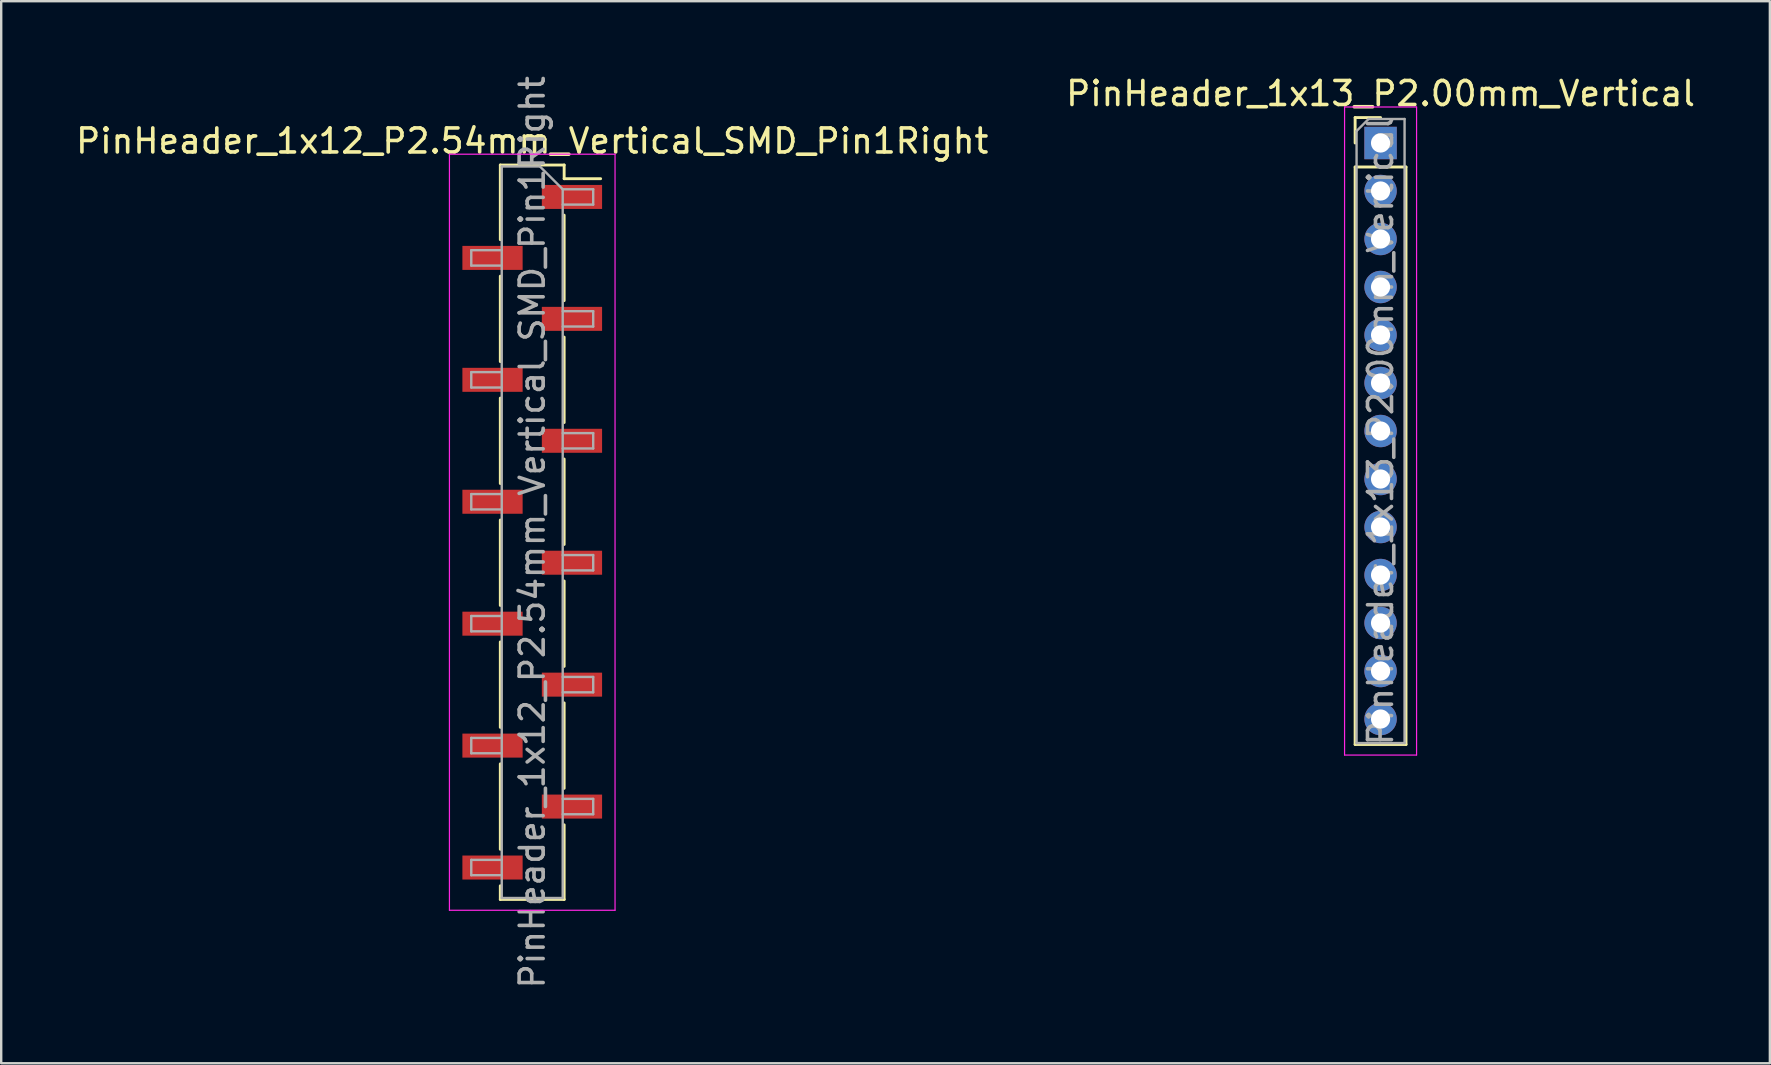
<source format=kicad_pcb>
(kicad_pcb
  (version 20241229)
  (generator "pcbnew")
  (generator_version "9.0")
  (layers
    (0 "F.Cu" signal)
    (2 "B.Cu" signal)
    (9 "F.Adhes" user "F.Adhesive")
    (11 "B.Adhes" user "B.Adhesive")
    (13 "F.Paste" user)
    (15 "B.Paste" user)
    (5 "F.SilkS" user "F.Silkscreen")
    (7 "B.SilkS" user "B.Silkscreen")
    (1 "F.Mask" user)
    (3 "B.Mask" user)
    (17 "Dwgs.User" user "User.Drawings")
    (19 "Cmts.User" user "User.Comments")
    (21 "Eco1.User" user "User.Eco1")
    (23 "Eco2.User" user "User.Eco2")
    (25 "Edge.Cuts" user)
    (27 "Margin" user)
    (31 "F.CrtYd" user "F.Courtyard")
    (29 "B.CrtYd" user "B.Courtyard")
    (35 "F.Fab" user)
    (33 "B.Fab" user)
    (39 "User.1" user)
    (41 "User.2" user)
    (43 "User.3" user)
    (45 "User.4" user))
  (footprint "PinHeader_1x12_P2.54mm_Vertical_SMD_Pin1Right"
    (layer "F.Cu")
    (at 19.125 19.125)
    (property "Reference" "PinHeader_1x12_P2.54mm_Vertical_SMD_Pin1Right" (at 0 -16.3 0) (layer "F.SilkS") (effects (font (size 1 1) (thickness 0.15))))
    (attr smd)
    (fp_line (start -1.33 -15.3) (end -1.33 -12.19) (stroke (width 0.12) (type solid)) (layer "F.SilkS"))
    (fp_line (start -1.33 -15.3) (end 1.33 -15.3) (stroke (width 0.12) (type solid)) (layer "F.SilkS"))
    (fp_line (start -1.33 -10.67) (end -1.33 -7.11) (stroke (width 0.12) (type solid)) (layer "F.SilkS"))
    (fp_line (start -1.33 -5.59) (end -1.33 -2.03) (stroke (width 0.12) (type solid)) (layer "F.SilkS"))
    (fp_line (start -1.33 -0.51) (end -1.33 3.05) (stroke (width 0.12) (type solid)) (layer "F.SilkS"))
    (fp_line (start -1.33 4.57) (end -1.33 8.13) (stroke (width 0.12) (type solid)) (layer "F.SilkS"))
    (fp_line (start -1.33 9.65) (end -1.33 13.21) (stroke (width 0.12) (type solid)) (layer "F.SilkS"))
    (fp_line (start -1.33 14.73) (end -1.33 15.3) (stroke (width 0.12) (type solid)) (layer "F.SilkS"))
    (fp_line (start -1.33 15.3) (end 1.33 15.3) (stroke (width 0.12) (type solid)) (layer "F.SilkS"))
    (fp_line (start 1.33 -15.3) (end 1.33 -14.73) (stroke (width 0.12) (type solid)) (layer "F.SilkS"))
    (fp_line (start 1.33 -14.73) (end 2.85 -14.73) (stroke (width 0.12) (type solid)) (layer "F.SilkS"))
    (fp_line (start 1.33 -13.21) (end 1.33 -9.65) (stroke (width 0.12) (type solid)) (layer "F.SilkS"))
    (fp_line (start 1.33 -8.13) (end 1.33 -4.57) (stroke (width 0.12) (type solid)) (layer "F.SilkS"))
    (fp_line (start 1.33 -3.05) (end 1.33 0.51) (stroke (width 0.12) (type solid)) (layer "F.SilkS"))
    (fp_line (start 1.33 2.03) (end 1.33 5.59) (stroke (width 0.12) (type solid)) (layer "F.SilkS"))
    (fp_line (start 1.33 7.11) (end 1.33 10.67) (stroke (width 0.12) (type solid)) (layer "F.SilkS"))
    (fp_line (start 1.33 12.19) (end 1.33 15.3) (stroke (width 0.12) (type solid)) (layer "F.SilkS"))
    (fp_line (start -3.45 -15.75) (end -3.45 15.75) (stroke (width 0.05) (type solid)) (layer "F.CrtYd"))
    (fp_line (start -3.45 15.75) (end 3.45 15.75) (stroke (width 0.05) (type solid)) (layer "F.CrtYd"))
    (fp_line (start 3.45 -15.75) (end -3.45 -15.75) (stroke (width 0.05) (type solid)) (layer "F.CrtYd"))
    (fp_line (start 3.45 15.75) (end 3.45 -15.75) (stroke (width 0.05) (type solid)) (layer "F.CrtYd"))
    (fp_line (start -2.54 -11.75) (end -2.54 -11.11) (stroke (width 0.1) (type solid)) (layer "F.Fab"))
    (fp_line (start -2.54 -11.11) (end -1.27 -11.11) (stroke (width 0.1) (type solid)) (layer "F.Fab"))
    (fp_line (start -2.54 -6.67) (end -2.54 -6.03) (stroke (width 0.1) (type solid)) (layer "F.Fab"))
    (fp_line (start -2.54 -6.03) (end -1.27 -6.03) (stroke (width 0.1) (type solid)) (layer "F.Fab"))
    (fp_line (start -2.54 -1.59) (end -2.54 -0.95) (stroke (width 0.1) (type solid)) (layer "F.Fab"))
    (fp_line (start -2.54 -0.95) (end -1.27 -0.95) (stroke (width 0.1) (type solid)) (layer "F.Fab"))
    (fp_line (start -2.54 3.49) (end -2.54 4.13) (stroke (width 0.1) (type solid)) (layer "F.Fab"))
    (fp_line (start -2.54 4.13) (end -1.27 4.13) (stroke (width 0.1) (type solid)) (layer "F.Fab"))
    (fp_line (start -2.54 8.57) (end -2.54 9.21) (stroke (width 0.1) (type solid)) (layer "F.Fab"))
    (fp_line (start -2.54 9.21) (end -1.27 9.21) (stroke (width 0.1) (type solid)) (layer "F.Fab"))
    (fp_line (start -2.54 13.65) (end -2.54 14.29) (stroke (width 0.1) (type solid)) (layer "F.Fab"))
    (fp_line (start -2.54 14.29) (end -1.27 14.29) (stroke (width 0.1) (type solid)) (layer "F.Fab"))
    (fp_line (start -1.27 -15.24) (end -1.27 15.24) (stroke (width 0.1) (type solid)) (layer "F.Fab"))
    (fp_line (start -1.27 -15.24) (end 0.32 -15.24) (stroke (width 0.1) (type solid)) (layer "F.Fab"))
    (fp_line (start -1.27 -11.75) (end -2.54 -11.75) (stroke (width 0.1) (type solid)) (layer "F.Fab"))
    (fp_line (start -1.27 -6.67) (end -2.54 -6.67) (stroke (width 0.1) (type solid)) (layer "F.Fab"))
    (fp_line (start -1.27 -1.59) (end -2.54 -1.59) (stroke (width 0.1) (type solid)) (layer "F.Fab"))
    (fp_line (start -1.27 3.49) (end -2.54 3.49) (stroke (width 0.1) (type solid)) (layer "F.Fab"))
    (fp_line (start -1.27 8.57) (end -2.54 8.57) (stroke (width 0.1) (type solid)) (layer "F.Fab"))
    (fp_line (start -1.27 13.65) (end -2.54 13.65) (stroke (width 0.1) (type solid)) (layer "F.Fab"))
    (fp_line (start 1.27 -14.29) (end 0.32 -15.24) (stroke (width 0.1) (type solid)) (layer "F.Fab"))
    (fp_line (start 1.27 -14.29) (end 2.54 -14.29) (stroke (width 0.1) (type solid)) (layer "F.Fab"))
    (fp_line (start 1.27 -9.21) (end 2.54 -9.21) (stroke (width 0.1) (type solid)) (layer "F.Fab"))
    (fp_line (start 1.27 -4.13) (end 2.54 -4.13) (stroke (width 0.1) (type solid)) (layer "F.Fab"))
    (fp_line (start 1.27 0.95) (end 2.54 0.95) (stroke (width 0.1) (type solid)) (layer "F.Fab"))
    (fp_line (start 1.27 6.03) (end 2.54 6.03) (stroke (width 0.1) (type solid)) (layer "F.Fab"))
    (fp_line (start 1.27 11.11) (end 2.54 11.11) (stroke (width 0.1) (type solid)) (layer "F.Fab"))
    (fp_line (start 1.27 15.24) (end -1.27 15.24) (stroke (width 0.1) (type solid)) (layer "F.Fab"))
    (fp_line (start 1.27 15.24) (end 1.27 -14.29) (stroke (width 0.1) (type solid)) (layer "F.Fab"))
    (fp_line (start 2.54 -14.29) (end 2.54 -13.65) (stroke (width 0.1) (type solid)) (layer "F.Fab"))
    (fp_line (start 2.54 -13.65) (end 1.27 -13.65) (stroke (width 0.1) (type solid)) (layer "F.Fab"))
    (fp_line (start 2.54 -9.21) (end 2.54 -8.57) (stroke (width 0.1) (type solid)) (layer "F.Fab"))
    (fp_line (start 2.54 -8.57) (end 1.27 -8.57) (stroke (width 0.1) (type solid)) (layer "F.Fab"))
    (fp_line (start 2.54 -4.13) (end 2.54 -3.49) (stroke (width 0.1) (type solid)) (layer "F.Fab"))
    (fp_line (start 2.54 -3.49) (end 1.27 -3.49) (stroke (width 0.1) (type solid)) (layer "F.Fab"))
    (fp_line (start 2.54 0.95) (end 2.54 1.59) (stroke (width 0.1) (type solid)) (layer "F.Fab"))
    (fp_line (start 2.54 1.59) (end 1.27 1.59) (stroke (width 0.1) (type solid)) (layer "F.Fab"))
    (fp_line (start 2.54 6.03) (end 2.54 6.67) (stroke (width 0.1) (type solid)) (layer "F.Fab"))
    (fp_line (start 2.54 6.67) (end 1.27 6.67) (stroke (width 0.1) (type solid)) (layer "F.Fab"))
    (fp_line (start 2.54 11.11) (end 2.54 11.75) (stroke (width 0.1) (type solid)) (layer "F.Fab"))
    (fp_line (start 2.54 11.75) (end 1.27 11.75) (stroke (width 0.1) (type solid)) (layer "F.Fab"))
    (fp_text user "${REFERENCE}" (at 0 0 90) (layer "F.Fab") (effects (font (size 1 1) (thickness 0.15))))
    (pad "1" smd rect (at 1.655 -13.97) (size 2.51 1) (layers "F.Cu" "F.Mask" "F.Paste"))
    (pad "2" smd rect (at -1.655 -11.43) (size 2.51 1) (layers "F.Cu" "F.Mask" "F.Paste"))
    (pad "3" smd rect (at 1.655 -8.89) (size 2.51 1) (layers "F.Cu" "F.Mask" "F.Paste"))
    (pad "4" smd rect (at -1.655 -6.35) (size 2.51 1) (layers "F.Cu" "F.Mask" "F.Paste"))
    (pad "5" smd rect (at 1.655 -3.81) (size 2.51 1) (layers "F.Cu" "F.Mask" "F.Paste"))
    (pad "6" smd rect (at -1.655 -1.27) (size 2.51 1) (layers "F.Cu" "F.Mask" "F.Paste"))
    (pad "7" smd rect (at 1.655 1.27) (size 2.51 1) (layers "F.Cu" "F.Mask" "F.Paste"))
    (pad "8" smd rect (at -1.655 3.81) (size 2.51 1) (layers "F.Cu" "F.Mask" "F.Paste"))
    (pad "9" smd rect (at 1.655 6.35) (size 2.51 1) (layers "F.Cu" "F.Mask" "F.Paste"))
    (pad "10" smd rect (at -1.655 8.89) (size 2.51 1) (layers "F.Cu" "F.Mask" "F.Paste"))
    (pad "11" smd rect (at 1.655 11.43) (size 2.51 1) (layers "F.Cu" "F.Mask" "F.Paste"))
    (pad "12" smd rect (at -1.655 13.97) (size 2.51 1) (layers "F.Cu" "F.Mask" "F.Paste")))
  (footprint "PinHeader_1x13_P2.00mm_Vertical"
    (layer "F.Cu")
    (at 54.47 2.908)
    (property "Reference" "PinHeader_1x13_P2.00mm_Vertical" (at 0 -2.06 0) (layer "F.SilkS") (effects (font (size 1 1) (thickness 0.15))))
    (attr through_hole)
    (fp_line (start -1.06 -1.06) (end 0 -1.06) (stroke (width 0.12) (type solid)) (layer "F.SilkS"))
    (fp_line (start -1.06 0) (end -1.06 -1.06) (stroke (width 0.12) (type solid)) (layer "F.SilkS"))
    (fp_line (start -1.06 1) (end -1.06 25.06) (stroke (width 0.12) (type solid)) (layer "F.SilkS"))
    (fp_line (start -1.06 1) (end 1.06 1) (stroke (width 0.12) (type solid)) (layer "F.SilkS"))
    (fp_line (start -1.06 25.06) (end 1.06 25.06) (stroke (width 0.12) (type solid)) (layer "F.SilkS"))
    (fp_line (start 1.06 1) (end 1.06 25.06) (stroke (width 0.12) (type solid)) (layer "F.SilkS"))
    (fp_line (start -1.5 -1.5) (end -1.5 25.5) (stroke (width 0.05) (type solid)) (layer "F.CrtYd"))
    (fp_line (start -1.5 25.5) (end 1.5 25.5) (stroke (width 0.05) (type solid)) (layer "F.CrtYd"))
    (fp_line (start 1.5 -1.5) (end -1.5 -1.5) (stroke (width 0.05) (type solid)) (layer "F.CrtYd"))
    (fp_line (start 1.5 25.5) (end 1.5 -1.5) (stroke (width 0.05) (type solid)) (layer "F.CrtYd"))
    (fp_line (start -1 -0.5) (end -0.5 -1) (stroke (width 0.1) (type solid)) (layer "F.Fab"))
    (fp_line (start -1 25) (end -1 -0.5) (stroke (width 0.1) (type solid)) (layer "F.Fab"))
    (fp_line (start -0.5 -1) (end 1 -1) (stroke (width 0.1) (type solid)) (layer "F.Fab"))
    (fp_line (start 1 -1) (end 1 25) (stroke (width 0.1) (type solid)) (layer "F.Fab"))
    (fp_line (start 1 25) (end -1 25) (stroke (width 0.1) (type solid)) (layer "F.Fab"))
    (fp_text user "${REFERENCE}" (at 0 12 90) (layer "F.Fab") (effects (font (size 1 1) (thickness 0.15))))
    (pad "1" thru_hole rect (at 0 0) (size 1.35 1.35) (drill 0.8) (layers "*.Cu" "*.Mask"))
    (pad "2" thru_hole oval (at 0 2) (size 1.35 1.35) (drill 0.8) (layers "*.Cu" "*.Mask"))
    (pad "3" thru_hole oval (at 0 4) (size 1.35 1.35) (drill 0.8) (layers "*.Cu" "*.Mask"))
    (pad "4" thru_hole oval (at 0 6) (size 1.35 1.35) (drill 0.8) (layers "*.Cu" "*.Mask"))
    (pad "5" thru_hole oval (at 0 8) (size 1.35 1.35) (drill 0.8) (layers "*.Cu" "*.Mask"))
    (pad "6" thru_hole oval (at 0 10) (size 1.35 1.35) (drill 0.8) (layers "*.Cu" "*.Mask"))
    (pad "7" thru_hole oval (at 0 12) (size 1.35 1.35) (drill 0.8) (layers "*.Cu" "*.Mask"))
    (pad "8" thru_hole oval (at 0 14) (size 1.35 1.35) (drill 0.8) (layers "*.Cu" "*.Mask"))
    (pad "9" thru_hole oval (at 0 16) (size 1.35 1.35) (drill 0.8) (layers "*.Cu" "*.Mask"))
    (pad "10" thru_hole oval (at 0 18) (size 1.35 1.35) (drill 0.8) (layers "*.Cu" "*.Mask"))
    (pad "11" thru_hole oval (at 0 20) (size 1.35 1.35) (drill 0.8) (layers "*.Cu" "*.Mask"))
    (pad "12" thru_hole oval (at 0 22) (size 1.35 1.35) (drill 0.8) (layers "*.Cu" "*.Mask"))
    (pad "13" thru_hole oval (at 0 24) (size 1.35 1.35) (drill 0.8) (layers "*.Cu" "*.Mask")))
  (gr_rect
    (start -3 -3)
    (end 70.69 41.25)
    (stroke (width 0.1) (type default))
    (fill no)
    (layer "Edge.Cuts")))
</source>
